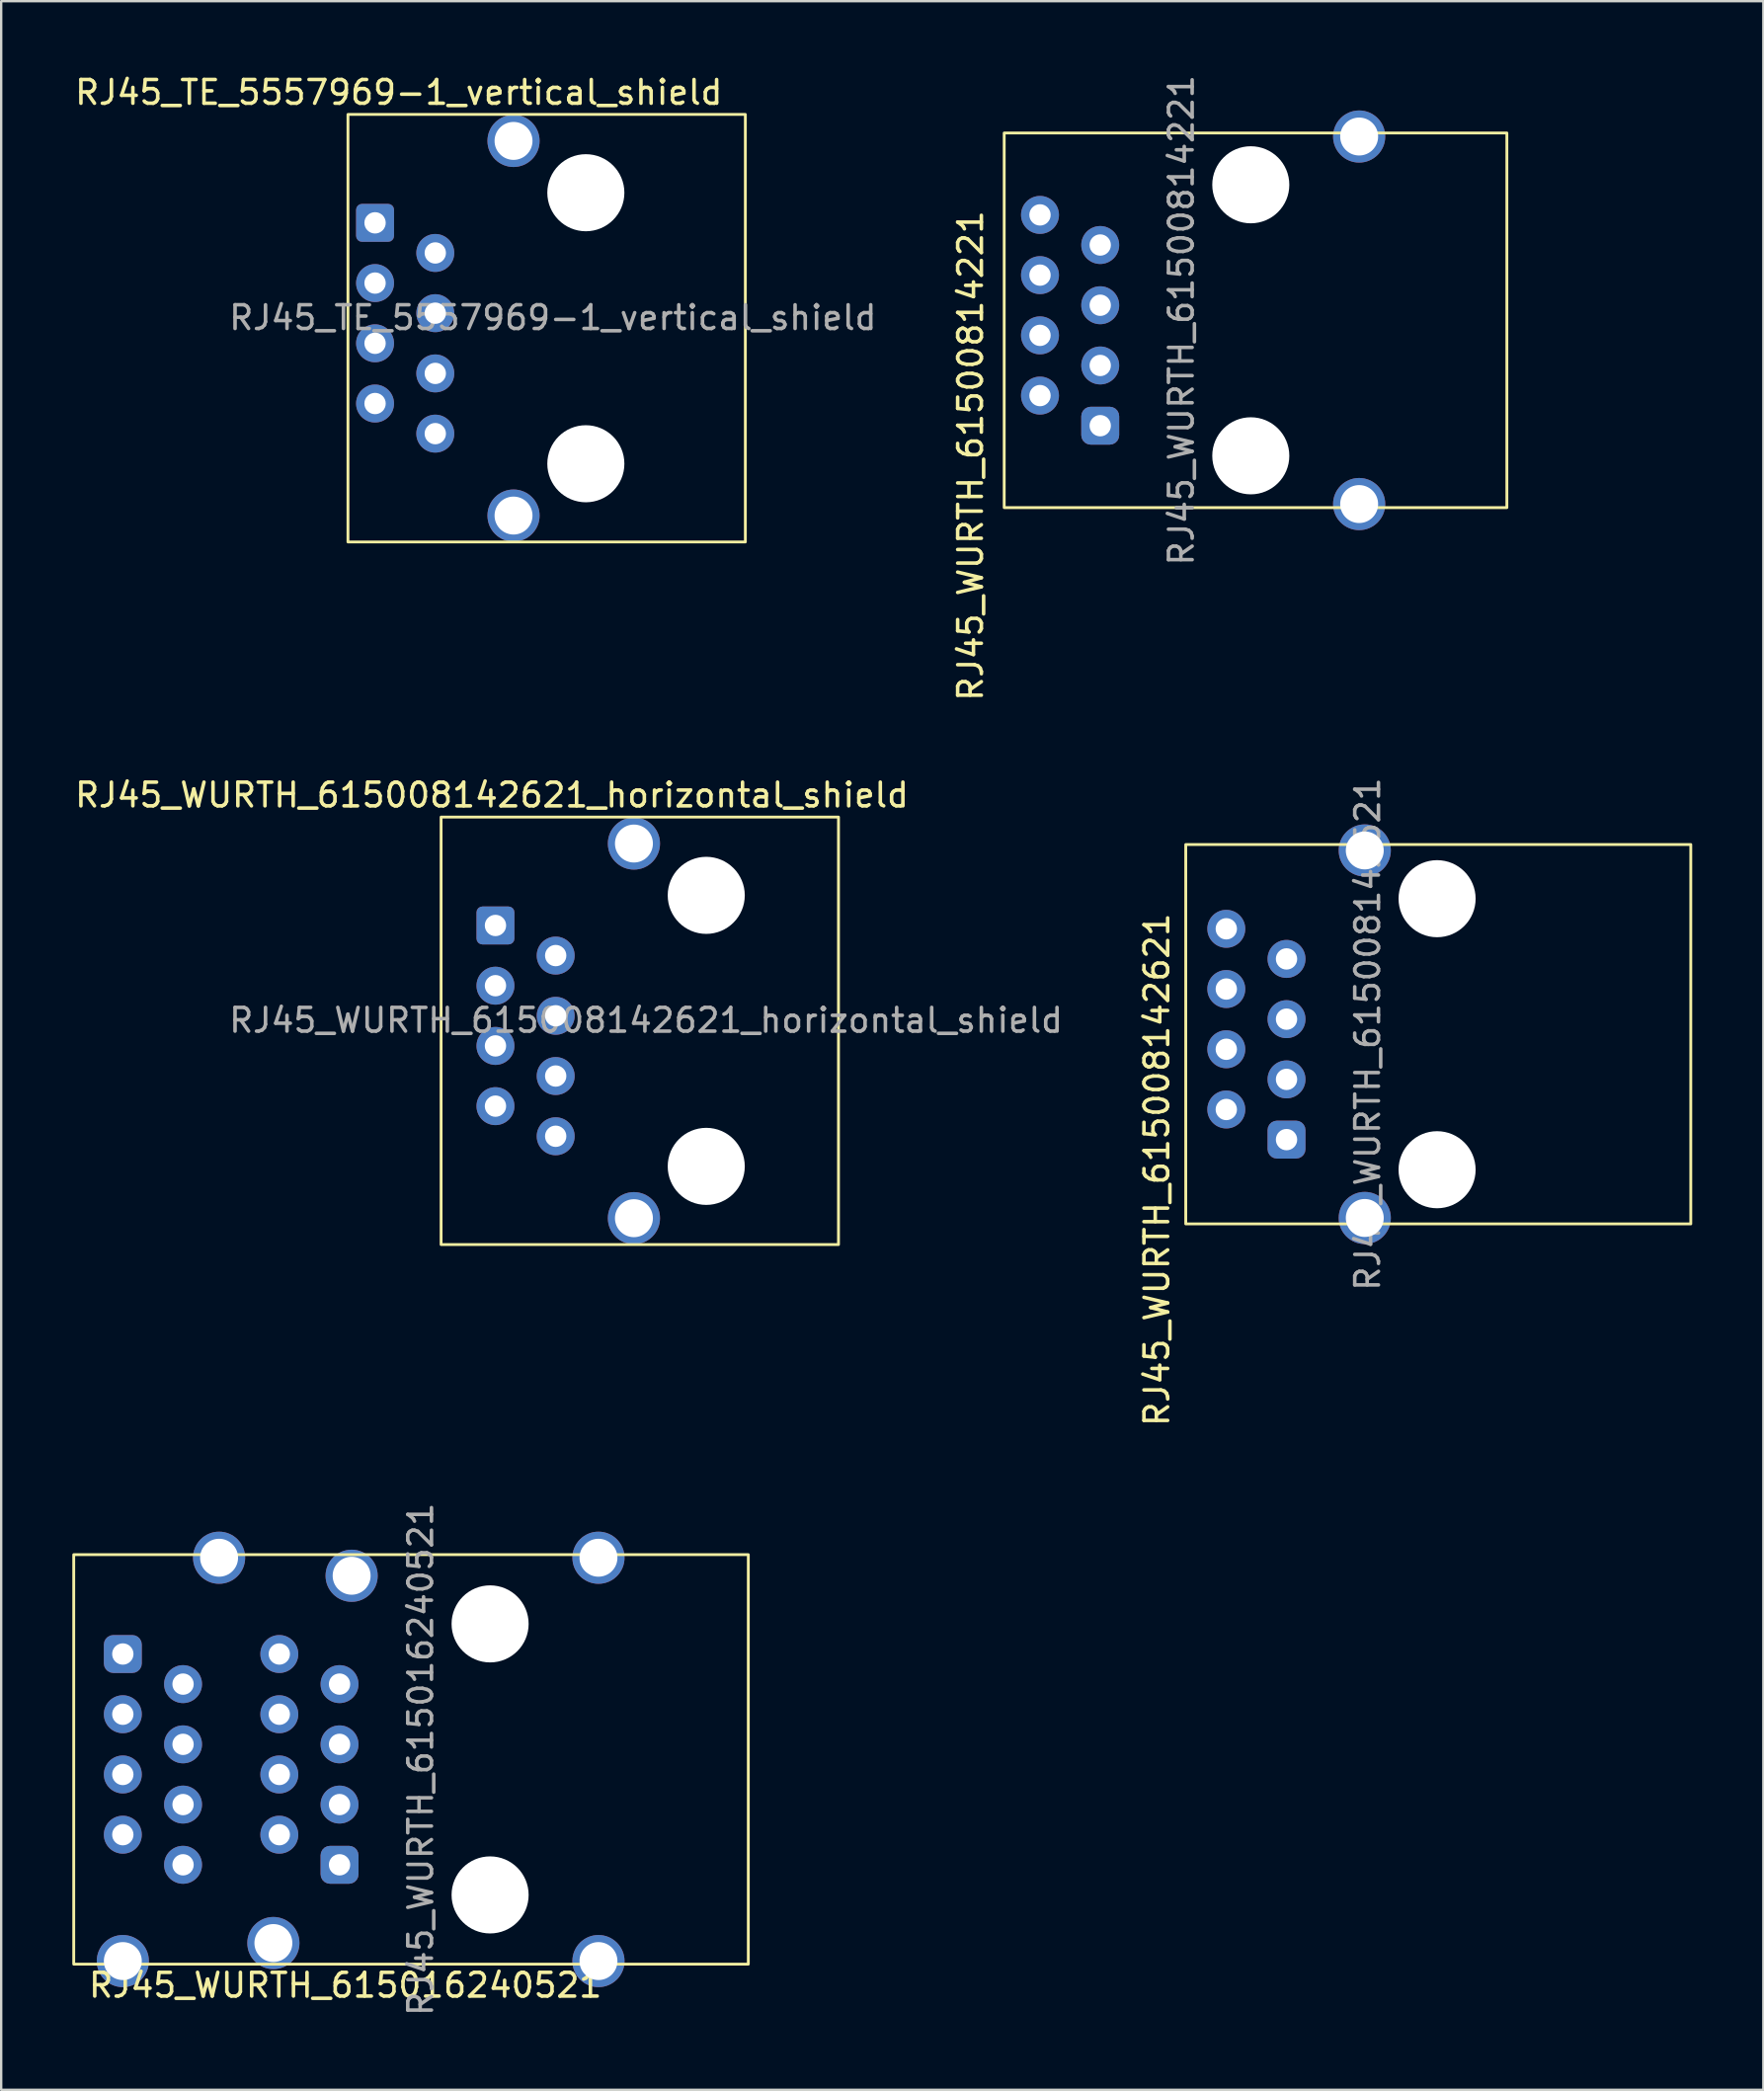
<source format=kicad_pcb>
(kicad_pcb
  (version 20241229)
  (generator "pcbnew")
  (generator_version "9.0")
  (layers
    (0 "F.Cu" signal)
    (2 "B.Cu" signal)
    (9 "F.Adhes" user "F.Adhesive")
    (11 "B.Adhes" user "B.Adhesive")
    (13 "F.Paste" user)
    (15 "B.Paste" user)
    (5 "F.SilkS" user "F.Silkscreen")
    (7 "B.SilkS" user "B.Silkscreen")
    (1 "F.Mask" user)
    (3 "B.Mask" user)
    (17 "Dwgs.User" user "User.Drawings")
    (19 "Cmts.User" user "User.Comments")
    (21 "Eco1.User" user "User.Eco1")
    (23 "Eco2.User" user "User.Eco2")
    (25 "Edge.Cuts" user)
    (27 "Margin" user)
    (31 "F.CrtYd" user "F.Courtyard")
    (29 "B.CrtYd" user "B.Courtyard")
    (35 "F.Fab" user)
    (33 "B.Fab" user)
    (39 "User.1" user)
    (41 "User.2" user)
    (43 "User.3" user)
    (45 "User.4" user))
  (footprint "RJ45_TE_5557969-1_vertical_shield"
    (layer "F.Cu")
    (at 19.88 10.793)
    (property "Reference" "RJ45_TE_5557969-1_vertical_shield" (at -6.112 -9.945 0) (layer "F.SilkS") (effects (font (size 1 1) (thickness 0.15))))
    (attr through_hole)
    (fp_rect (start -8.255 -9.017) (end 8.505 9.013) (stroke (width 0.12) (type solid)) (fill no) (layer "F.SilkS"))
    (fp_text user "${REFERENCE}" (at 0.388 -0.445 180) (layer "F.Fab") (effects (font (size 1 1) (thickness 0.15))))
    (pad "" np_thru_hole circle (at 1.778 -5.715 90) (size 3.25 3.25) (drill 3.25) (layers "*.Cu" "*.Mask"))
    (pad "" np_thru_hole circle (at 1.778 5.715 90) (size 3.25 3.25) (drill 3.25) (layers "*.Cu" "*.Mask"))
    (pad "1" thru_hole roundrect (at -7.112 -4.445 90) (size 1.6 1.6) (drill 0.9) (layers "*.Cu" "*.Mask") (roundrect_rratio 0.155))
    (pad "2" thru_hole circle (at -4.572 -3.175 90) (size 1.6 1.6) (drill 0.9) (layers "*.Cu" "*.Mask"))
    (pad "3" thru_hole circle (at -7.112 -1.905 90) (size 1.6 1.6) (drill 0.9) (layers "*.Cu" "*.Mask"))
    (pad "4" thru_hole circle (at -4.572 -0.635 90) (size 1.6 1.6) (drill 0.9) (layers "*.Cu" "*.Mask"))
    (pad "5" thru_hole circle (at -7.112 0.635 90) (size 1.6 1.6) (drill 0.9) (layers "*.Cu" "*.Mask"))
    (pad "6" thru_hole circle (at -4.572 1.905 90) (size 1.6 1.6) (drill 0.9) (layers "*.Cu" "*.Mask"))
    (pad "7" thru_hole circle (at -7.112 3.175 90) (size 1.6 1.6) (drill 0.9) (layers "*.Cu" "*.Mask"))
    (pad "8" thru_hole circle (at -4.572 4.445 90) (size 1.6 1.6) (drill 0.9) (layers "*.Cu" "*.Mask"))
    (pad "SH" thru_hole circle (at -1.272 -7.9 90) (size 2.2 2.2) (drill 1.6) (layers "*.Cu" "*.Mask"))
    (pad "SH" thru_hole circle (at -1.272 7.9 90) (size 2.2 2.2) (drill 1.6) (layers "*.Cu" "*.Mask")))
  (footprint "RJ45_WURTH_615008142621"
    (layer "F.Cu")
    (at 54.631 40.566)
    (property "Reference" "RJ45_WURTH_615008142621" (at -8.89 5.715 90) (layer "F.SilkS") (effects (font (size 1 1) (thickness 0.15))))
    (attr through_hole)
    (fp_rect (start -7.672 -8) (end 13.628 8) (stroke (width 0.12) (type solid)) (fill no) (layer "F.SilkS"))
    (fp_text user "${REFERENCE}" (at 0 0 270) (layer "F.Fab") (effects (font (size 1 1) (thickness 0.15))))
    (pad "" np_thru_hole circle (at 2.928 -5.715 90) (size 3.25 3.25) (drill 3.25) (layers "*.Cu" "*.Mask"))
    (pad "" np_thru_hole circle (at 2.928 5.715 90) (size 3.25 3.25) (drill 3.25) (layers "*.Cu" "*.Mask"))
    (pad "1" thru_hole roundrect (at -3.422 4.445 90) (size 1.6 1.6) (drill 0.9) (layers "*.Cu" "*.Mask") (roundrect_rratio 0.25))
    (pad "2" thru_hole circle (at -5.962 3.175 90) (size 1.6 1.6) (drill 0.9) (layers "*.Cu" "*.Mask"))
    (pad "3" thru_hole circle (at -3.422 1.905 90) (size 1.6 1.6) (drill 0.9) (layers "*.Cu" "*.Mask"))
    (pad "4" thru_hole circle (at -5.962 0.635 90) (size 1.6 1.6) (drill 0.9) (layers "*.Cu" "*.Mask"))
    (pad "5" thru_hole circle (at -3.422 -0.635 90) (size 1.6 1.6) (drill 0.9) (layers "*.Cu" "*.Mask"))
    (pad "6" thru_hole circle (at -5.962 -1.905 90) (size 1.6 1.6) (drill 0.9) (layers "*.Cu" "*.Mask"))
    (pad "7" thru_hole circle (at -3.422 -3.175 90) (size 1.6 1.6) (drill 0.9) (layers "*.Cu" "*.Mask"))
    (pad "8" thru_hole circle (at -5.962 -4.445 90) (size 1.6 1.6) (drill 0.9) (layers "*.Cu" "*.Mask"))
    (pad "SH" thru_hole circle (at -0.122 -7.75 90) (size 2.2 2.2) (drill 1.6) (layers "*.Cu" "*.Mask"))
    (pad "SH" thru_hole circle (at -0.122 7.75 90) (size 2.2 2.2) (drill 1.6) (layers "*.Cu" "*.Mask")))
  (footprint "RJ45_WURTH_615008142621_horizontal_shield"
    (layer "F.Cu")
    (at 23.808 40.425)
    (property "Reference" "RJ45_WURTH_615008142621_horizontal_shield" (at -6.112 -9.945 0) (layer "F.SilkS") (effects (font (size 1 1) (thickness 0.15))))
    (attr through_hole)
    (fp_rect (start -8.255 -9.017) (end 8.505 9.013) (stroke (width 0.12) (type solid)) (fill no) (layer "F.SilkS"))
    (fp_text user "${REFERENCE}" (at 0.388 -0.445 180) (layer "F.Fab") (effects (font (size 1 1) (thickness 0.15))))
    (pad "" np_thru_hole circle (at 2.928 -5.715 90) (size 3.25 3.25) (drill 3.25) (layers "*.Cu" "*.Mask"))
    (pad "" np_thru_hole circle (at 2.928 5.715 90) (size 3.25 3.25) (drill 3.25) (layers "*.Cu" "*.Mask"))
    (pad "1" thru_hole roundrect (at -5.962 -4.445 90) (size 1.6 1.6) (drill 0.9) (layers "*.Cu" "*.Mask") (roundrect_rratio 0.155))
    (pad "2" thru_hole circle (at -3.422 -3.175 90) (size 1.6 1.6) (drill 0.9) (layers "*.Cu" "*.Mask"))
    (pad "3" thru_hole circle (at -5.962 -1.905 90) (size 1.6 1.6) (drill 0.9) (layers "*.Cu" "*.Mask"))
    (pad "4" thru_hole circle (at -3.422 -0.635 90) (size 1.6 1.6) (drill 0.9) (layers "*.Cu" "*.Mask"))
    (pad "5" thru_hole circle (at -5.962 0.635 90) (size 1.6 1.6) (drill 0.9) (layers "*.Cu" "*.Mask"))
    (pad "6" thru_hole circle (at -3.422 1.905 90) (size 1.6 1.6) (drill 0.9) (layers "*.Cu" "*.Mask"))
    (pad "7" thru_hole circle (at -5.962 3.175 90) (size 1.6 1.6) (drill 0.9) (layers "*.Cu" "*.Mask"))
    (pad "8" thru_hole circle (at -3.422 4.445 90) (size 1.6 1.6) (drill 0.9) (layers "*.Cu" "*.Mask"))
    (pad "SH" thru_hole circle (at -0.122 -7.9 90) (size 2.2 2.2) (drill 1.6) (layers "*.Cu" "*.Mask"))
    (pad "SH" thru_hole circle (at -0.122 7.9 90) (size 2.2 2.2) (drill 1.6) (layers "*.Cu" "*.Mask")))
  (footprint "RJ45_WURTH_61500814221"
    (layer "F.Cu")
    (at 46.774 10.458)
    (property "Reference" "RJ45_WURTH_61500814221" (at -8.89 5.715 90) (layer "F.SilkS") (effects (font (size 1 1) (thickness 0.15))))
    (attr through_hole)
    (fp_rect (start -7.472 -7.9) (end 13.728 7.9) (stroke (width 0.12) (type solid)) (fill no) (layer "F.SilkS"))
    (fp_text user "${REFERENCE}" (at 0 0 270) (layer "F.Fab") (effects (font (size 1 1) (thickness 0.15))))
    (pad "" np_thru_hole circle (at 2.928 -5.715 90) (size 3.25 3.25) (drill 3.25) (layers "*.Cu" "*.Mask"))
    (pad "" np_thru_hole circle (at 2.928 5.715 90) (size 3.25 3.25) (drill 3.25) (layers "*.Cu" "*.Mask"))
    (pad "1" thru_hole roundrect (at -3.422 4.445 90) (size 1.6 1.6) (drill 0.9) (layers "*.Cu" "*.Mask") (roundrect_rratio 0.25))
    (pad "2" thru_hole circle (at -5.962 3.175 90) (size 1.6 1.6) (drill 0.9) (layers "*.Cu" "*.Mask"))
    (pad "3" thru_hole circle (at -3.422 1.905 90) (size 1.6 1.6) (drill 0.9) (layers "*.Cu" "*.Mask"))
    (pad "4" thru_hole circle (at -5.962 0.635 90) (size 1.6 1.6) (drill 0.9) (layers "*.Cu" "*.Mask"))
    (pad "5" thru_hole circle (at -3.422 -0.635 90) (size 1.6 1.6) (drill 0.9) (layers "*.Cu" "*.Mask"))
    (pad "6" thru_hole circle (at -5.962 -1.905 90) (size 1.6 1.6) (drill 0.9) (layers "*.Cu" "*.Mask"))
    (pad "7" thru_hole circle (at -3.422 -3.175 90) (size 1.6 1.6) (drill 0.9) (layers "*.Cu" "*.Mask"))
    (pad "8" thru_hole circle (at -5.962 -4.445 90) (size 1.6 1.6) (drill 0.9) (layers "*.Cu" "*.Mask"))
    (pad "SH" thru_hole circle (at 7.498 -7.75 90) (size 2.2 2.2) (drill 1.6) (layers "*.Cu" "*.Mask"))
    (pad "SH" thru_hole circle (at 7.498 7.75 90) (size 2.2 2.2) (drill 1.6) (layers "*.Cu" "*.Mask")))
  (footprint "RJ45_WURTH_615016240521"
    (layer "F.Cu")
    (at 14.692 71.15)
    (property "Reference" "RJ45_WURTH_615016240521" (at -3.175 9.525 180) (layer "F.SilkS") (effects (font (size 1 1) (thickness 0.15))))
    (attr through_hole)
    (fp_rect (start -14.632 -8.635) (end 13.818 8.635) (stroke (width 0.12) (type solid)) (fill no) (layer "F.SilkS"))
    (fp_text user "${REFERENCE}" (at 0 0 270) (layer "F.Fab") (effects (font (size 1 1) (thickness 0.15))))
    (pad "" np_thru_hole circle (at 2.928 -5.715 90) (size 3.25 3.25) (drill 3.25) (layers "*.Cu" "*.Mask"))
    (pad "" np_thru_hole circle (at 2.928 5.715 90) (size 3.25 3.25) (drill 3.25) (layers "*.Cu" "*.Mask"))
    (pad "1" thru_hole roundrect (at -3.422 4.445 90) (size 1.6 1.6) (drill 0.9) (layers "*.Cu" "*.Mask") (roundrect_rratio 0.25))
    (pad "2" thru_hole circle (at -5.962 3.175 90) (size 1.6 1.6) (drill 0.9) (layers "*.Cu" "*.Mask"))
    (pad "3" thru_hole circle (at -3.422 1.905 90) (size 1.6 1.6) (drill 0.9) (layers "*.Cu" "*.Mask"))
    (pad "4" thru_hole circle (at -5.962 0.635 90) (size 1.6 1.6) (drill 0.9) (layers "*.Cu" "*.Mask"))
    (pad "5" thru_hole circle (at -3.422 -0.635 90) (size 1.6 1.6) (drill 0.9) (layers "*.Cu" "*.Mask"))
    (pad "6" thru_hole circle (at -5.962 -1.905 90) (size 1.6 1.6) (drill 0.9) (layers "*.Cu" "*.Mask"))
    (pad "7" thru_hole circle (at -3.422 -3.175 90) (size 1.6 1.6) (drill 0.9) (layers "*.Cu" "*.Mask"))
    (pad "8" thru_hole circle (at -5.962 -4.445 90) (size 1.6 1.6) (drill 0.9) (layers "*.Cu" "*.Mask"))
    (pad "9" thru_hole roundrect (at -12.562 -4.445 90) (size 1.6 1.6) (drill 0.9) (layers "*.Cu" "*.Mask") (roundrect_rratio 0.25))
    (pad "10" thru_hole circle (at -10.022 -3.175 90) (size 1.6 1.6) (drill 0.9) (layers "*.Cu" "*.Mask"))
    (pad "11" thru_hole circle (at -12.562 -1.905 90) (size 1.6 1.6) (drill 0.9) (layers "*.Cu" "*.Mask"))
    (pad "12" thru_hole circle (at -10.022 -0.635 90) (size 1.6 1.6) (drill 0.9) (layers "*.Cu" "*.Mask"))
    (pad "13" thru_hole circle (at -12.562 0.635 90) (size 1.6 1.6) (drill 0.9) (layers "*.Cu" "*.Mask"))
    (pad "14" thru_hole circle (at -10.022 1.905 90) (size 1.6 1.6) (drill 0.9) (layers "*.Cu" "*.Mask"))
    (pad "15" thru_hole circle (at -12.562 3.175 90) (size 1.6 1.6) (drill 0.9) (layers "*.Cu" "*.Mask"))
    (pad "16" thru_hole circle (at -10.022 4.445 90) (size 1.6 1.6) (drill 0.9) (layers "*.Cu" "*.Mask"))
    (pad "SH" thru_hole circle (at -12.562 8.505 90) (size 2.2 2.2) (drill 1.6) (layers "*.Cu" "*.Mask"))
    (pad "SH" thru_hole circle (at -8.502 -8.505 90) (size 2.2 2.2) (drill 1.6) (layers "*.Cu" "*.Mask"))
    (pad "SH" thru_hole circle (at -6.212 7.745 90) (size 2.2 2.2) (drill 1.6) (layers "*.Cu" "*.Mask"))
    (pad "SH" thru_hole circle (at -2.912 -7.745 90) (size 2.2 2.2) (drill 1.6) (layers "*.Cu" "*.Mask"))
    (pad "SH" thru_hole circle (at 7.498 -8.505 90) (size 2.2 2.2) (drill 1.6) (layers "*.Cu" "*.Mask"))
    (pad "SH" thru_hole circle (at 7.498 8.505 90) (size 2.2 2.2) (drill 1.6) (layers "*.Cu" "*.Mask")))
  (gr_rect
    (start -3 -3)
    (end 71.319 85.085)
    (stroke (width 0.1) (type default))
    (fill no)
    (layer "Edge.Cuts")))
</source>
